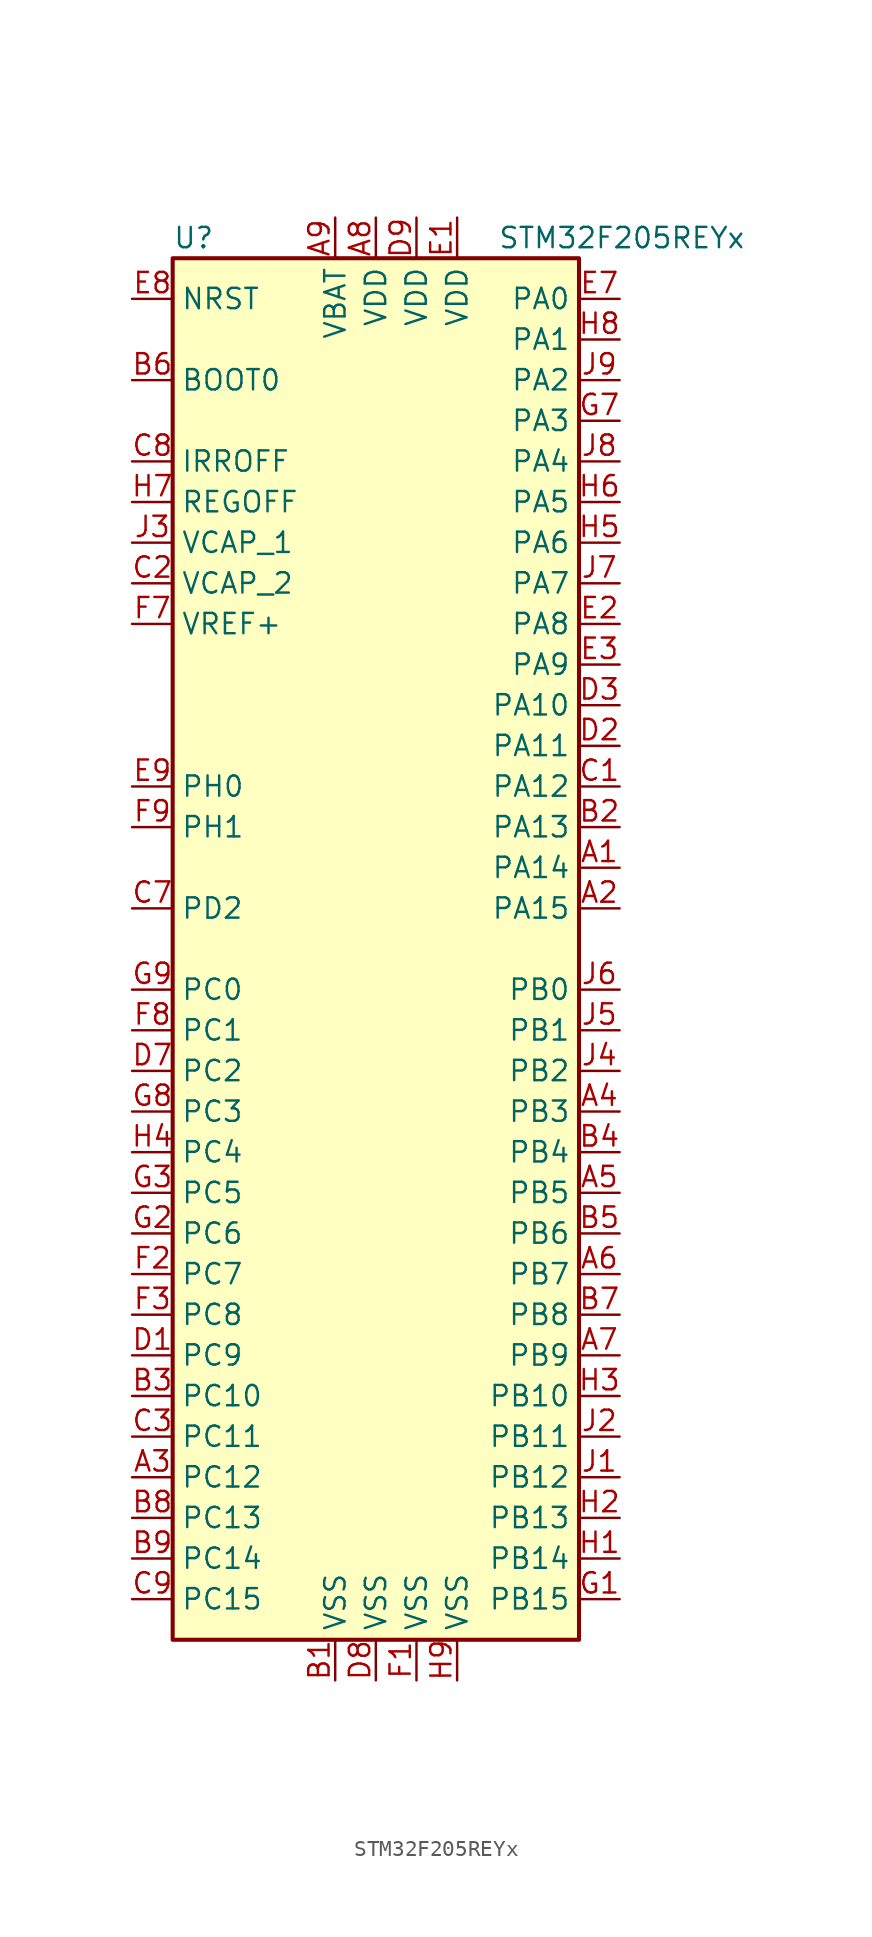
<source format=kicad_sym>
(kicad_symbol_lib
  (version 20201005)
  (generator kicad_symbol_editor)
  (symbol "STM32F205REYx"
    (property "Reference" "U"
      (at -12.7 44.45 0)
      (effects (font (size 1.27 1.27)) (justify left)))
    (property "Value" "STM32F205REYx"
      (at 7.62 44.45 0)
      (effects (font (size 1.27 1.27)) (justify left)))
    (symbol "STM32F205REYx_0_1"
      (rectangle (start -12.7 -43.18) (end 12.7 43.18) (stroke (width 0.254)) (fill (type background))))
    (symbol "STM32F205REYx_1_1"
      (pin bidirectional line (at 15.24 5.08 180) (length 2.54) (name "PA14" (effects (font (size 1.27 1.27)))) (number "A1" (effects (font (size 1.27 1.27)))))
      (pin bidirectional line (at 15.24 2.54 180) (length 2.54) (name "PA15" (effects (font (size 1.27 1.27)))) (number "A2" (effects (font (size 1.27 1.27)))))
      (pin bidirectional line (at -15.24 -33.02 0) (length 2.54) (name "PC12" (effects (font (size 1.27 1.27)))) (number "A3" (effects (font (size 1.27 1.27)))))
      (pin bidirectional line (at 15.24 -10.16 180) (length 2.54) (name "PB3" (effects (font (size 1.27 1.27)))) (number "A4" (effects (font (size 1.27 1.27)))))
      (pin bidirectional line (at 15.24 -15.24 180) (length 2.54) (name "PB5" (effects (font (size 1.27 1.27)))) (number "A5" (effects (font (size 1.27 1.27)))))
      (pin bidirectional line (at 15.24 -20.32 180) (length 2.54) (name "PB7" (effects (font (size 1.27 1.27)))) (number "A6" (effects (font (size 1.27 1.27)))))
      (pin bidirectional line (at 15.24 -25.4 180) (length 2.54) (name "PB9" (effects (font (size 1.27 1.27)))) (number "A7" (effects (font (size 1.27 1.27)))))
      (pin power_in line (at 0 45.72 270) (length 2.54) (name "VDD" (effects (font (size 1.27 1.27)))) (number "A8" (effects (font (size 1.27 1.27)))))
      (pin power_in line (at -2.54 45.72 270) (length 2.54) (name "VBAT" (effects (font (size 1.27 1.27)))) (number "A9" (effects (font (size 1.27 1.27)))))
      (pin power_in line (at -2.54 -45.72 90) (length 2.54) (name "VSS" (effects (font (size 1.27 1.27)))) (number "B1" (effects (font (size 1.27 1.27)))))
      (pin bidirectional line (at 15.24 7.62 180) (length 2.54) (name "PA13" (effects (font (size 1.27 1.27)))) (number "B2" (effects (font (size 1.27 1.27)))))
      (pin bidirectional line (at -15.24 -27.94 0) (length 2.54) (name "PC10" (effects (font (size 1.27 1.27)))) (number "B3" (effects (font (size 1.27 1.27)))))
      (pin bidirectional line (at 15.24 -12.7 180) (length 2.54) (name "PB4" (effects (font (size 1.27 1.27)))) (number "B4" (effects (font (size 1.27 1.27)))))
      (pin bidirectional line (at 15.24 -17.78 180) (length 2.54) (name "PB6" (effects (font (size 1.27 1.27)))) (number "B5" (effects (font (size 1.27 1.27)))))
      (pin input line (at -15.24 35.56 0) (length 2.54) (name "BOOT0" (effects (font (size 1.27 1.27)))) (number "B6" (effects (font (size 1.27 1.27)))))
      (pin bidirectional line (at 15.24 -22.86 180) (length 2.54) (name "PB8" (effects (font (size 1.27 1.27)))) (number "B7" (effects (font (size 1.27 1.27)))))
      (pin bidirectional line (at -15.24 -35.56 0) (length 2.54) (name "PC13" (effects (font (size 1.27 1.27)))) (number "B8" (effects (font (size 1.27 1.27)))))
      (pin bidirectional line (at -15.24 -38.1 0) (length 2.54) (name "PC14" (effects (font (size 1.27 1.27)))) (number "B9" (effects (font (size 1.27 1.27)))))
      (pin bidirectional line (at 15.24 10.16 180) (length 2.54) (name "PA12" (effects (font (size 1.27 1.27)))) (number "C1" (effects (font (size 1.27 1.27)))))
      (pin power_in line (at -15.24 22.86 0) (length 2.54) (name "VCAP_2" (effects (font (size 1.27 1.27)))) (number "C2" (effects (font (size 1.27 1.27)))))
      (pin bidirectional line (at -15.24 -30.48 0) (length 2.54) (name "PC11" (effects (font (size 1.27 1.27)))) (number "C3" (effects (font (size 1.27 1.27)))))
      (pin bidirectional line (at -15.24 2.54 0) (length 2.54) (name "PD2" (effects (font (size 1.27 1.27)))) (number "C7" (effects (font (size 1.27 1.27)))))
      (pin power_in line (at -15.24 30.48 0) (length 2.54) (name "IRROFF" (effects (font (size 1.27 1.27)))) (number "C8" (effects (font (size 1.27 1.27)))))
      (pin bidirectional line (at -15.24 -40.64 0) (length 2.54) (name "PC15" (effects (font (size 1.27 1.27)))) (number "C9" (effects (font (size 1.27 1.27)))))
      (pin bidirectional line (at -15.24 -25.4 0) (length 2.54) (name "PC9" (effects (font (size 1.27 1.27)))) (number "D1" (effects (font (size 1.27 1.27)))))
      (pin bidirectional line (at 15.24 12.7 180) (length 2.54) (name "PA11" (effects (font (size 1.27 1.27)))) (number "D2" (effects (font (size 1.27 1.27)))))
      (pin bidirectional line (at 15.24 15.24 180) (length 2.54) (name "PA10" (effects (font (size 1.27 1.27)))) (number "D3" (effects (font (size 1.27 1.27)))))
      (pin bidirectional line (at -15.24 -7.62 0) (length 2.54) (name "PC2" (effects (font (size 1.27 1.27)))) (number "D7" (effects (font (size 1.27 1.27)))))
      (pin power_in line (at 0 -45.72 90) (length 2.54) (name "VSS" (effects (font (size 1.27 1.27)))) (number "D8" (effects (font (size 1.27 1.27)))))
      (pin power_in line (at 2.54 45.72 270) (length 2.54) (name "VDD" (effects (font (size 1.27 1.27)))) (number "D9" (effects (font (size 1.27 1.27)))))
      (pin power_in line (at 5.08 45.72 270) (length 2.54) (name "VDD" (effects (font (size 1.27 1.27)))) (number "E1" (effects (font (size 1.27 1.27)))))
      (pin bidirectional line (at 15.24 20.32 180) (length 2.54) (name "PA8" (effects (font (size 1.27 1.27)))) (number "E2" (effects (font (size 1.27 1.27)))))
      (pin bidirectional line (at 15.24 17.78 180) (length 2.54) (name "PA9" (effects (font (size 1.27 1.27)))) (number "E3" (effects (font (size 1.27 1.27)))))
      (pin bidirectional line (at 15.24 40.64 180) (length 2.54) (name "PA0" (effects (font (size 1.27 1.27)))) (number "E7" (effects (font (size 1.27 1.27)))))
      (pin input line (at -15.24 40.64 0) (length 2.54) (name "NRST" (effects (font (size 1.27 1.27)))) (number "E8" (effects (font (size 1.27 1.27)))))
      (pin input line (at -15.24 10.16 0) (length 2.54) (name "PH0" (effects (font (size 1.27 1.27)))) (number "E9" (effects (font (size 1.27 1.27)))))
      (pin power_in line (at 2.54 -45.72 90) (length 2.54) (name "VSS" (effects (font (size 1.27 1.27)))) (number "F1" (effects (font (size 1.27 1.27)))))
      (pin bidirectional line (at -15.24 -20.32 0) (length 2.54) (name "PC7" (effects (font (size 1.27 1.27)))) (number "F2" (effects (font (size 1.27 1.27)))))
      (pin bidirectional line (at -15.24 -22.86 0) (length 2.54) (name "PC8" (effects (font (size 1.27 1.27)))) (number "F3" (effects (font (size 1.27 1.27)))))
      (pin power_in line (at -15.24 20.32 0) (length 2.54) (name "VREF+" (effects (font (size 1.27 1.27)))) (number "F7" (effects (font (size 1.27 1.27)))))
      (pin bidirectional line (at -15.24 -5.08 0) (length 2.54) (name "PC1" (effects (font (size 1.27 1.27)))) (number "F8" (effects (font (size 1.27 1.27)))))
      (pin input line (at -15.24 7.62 0) (length 2.54) (name "PH1" (effects (font (size 1.27 1.27)))) (number "F9" (effects (font (size 1.27 1.27)))))
      (pin bidirectional line (at 15.24 -40.64 180) (length 2.54) (name "PB15" (effects (font (size 1.27 1.27)))) (number "G1" (effects (font (size 1.27 1.27)))))
      (pin bidirectional line (at -15.24 -17.78 0) (length 2.54) (name "PC6" (effects (font (size 1.27 1.27)))) (number "G2" (effects (font (size 1.27 1.27)))))
      (pin bidirectional line (at -15.24 -15.24 0) (length 2.54) (name "PC5" (effects (font (size 1.27 1.27)))) (number "G3" (effects (font (size 1.27 1.27)))))
      (pin bidirectional line (at 15.24 33.02 180) (length 2.54) (name "PA3" (effects (font (size 1.27 1.27)))) (number "G7" (effects (font (size 1.27 1.27)))))
      (pin bidirectional line (at -15.24 -10.16 0) (length 2.54) (name "PC3" (effects (font (size 1.27 1.27)))) (number "G8" (effects (font (size 1.27 1.27)))))
      (pin bidirectional line (at -15.24 -2.54 0) (length 2.54) (name "PC0" (effects (font (size 1.27 1.27)))) (number "G9" (effects (font (size 1.27 1.27)))))
      (pin bidirectional line (at 15.24 -38.1 180) (length 2.54) (name "PB14" (effects (font (size 1.27 1.27)))) (number "H1" (effects (font (size 1.27 1.27)))))
      (pin bidirectional line (at 15.24 -35.56 180) (length 2.54) (name "PB13" (effects (font (size 1.27 1.27)))) (number "H2" (effects (font (size 1.27 1.27)))))
      (pin bidirectional line (at 15.24 -27.94 180) (length 2.54) (name "PB10" (effects (font (size 1.27 1.27)))) (number "H3" (effects (font (size 1.27 1.27)))))
      (pin bidirectional line (at -15.24 -12.7 0) (length 2.54) (name "PC4" (effects (font (size 1.27 1.27)))) (number "H4" (effects (font (size 1.27 1.27)))))
      (pin bidirectional line (at 15.24 25.4 180) (length 2.54) (name "PA6" (effects (font (size 1.27 1.27)))) (number "H5" (effects (font (size 1.27 1.27)))))
      (pin bidirectional line (at 15.24 27.94 180) (length 2.54) (name "PA5" (effects (font (size 1.27 1.27)))) (number "H6" (effects (font (size 1.27 1.27)))))
      (pin power_in line (at -15.24 27.94 0) (length 2.54) (name "REGOFF" (effects (font (size 1.27 1.27)))) (number "H7" (effects (font (size 1.27 1.27)))))
      (pin bidirectional line (at 15.24 38.1 180) (length 2.54) (name "PA1" (effects (font (size 1.27 1.27)))) (number "H8" (effects (font (size 1.27 1.27)))))
      (pin power_in line (at 5.08 -45.72 90) (length 2.54) (name "VSS" (effects (font (size 1.27 1.27)))) (number "H9" (effects (font (size 1.27 1.27)))))
      (pin bidirectional line (at 15.24 -33.02 180) (length 2.54) (name "PB12" (effects (font (size 1.27 1.27)))) (number "J1" (effects (font (size 1.27 1.27)))))
      (pin bidirectional line (at 15.24 -30.48 180) (length 2.54) (name "PB11" (effects (font (size 1.27 1.27)))) (number "J2" (effects (font (size 1.27 1.27)))))
      (pin power_in line (at -15.24 25.4 0) (length 2.54) (name "VCAP_1" (effects (font (size 1.27 1.27)))) (number "J3" (effects (font (size 1.27 1.27)))))
      (pin bidirectional line (at 15.24 -7.62 180) (length 2.54) (name "PB2" (effects (font (size 1.27 1.27)))) (number "J4" (effects (font (size 1.27 1.27)))))
      (pin bidirectional line (at 15.24 -5.08 180) (length 2.54) (name "PB1" (effects (font (size 1.27 1.27)))) (number "J5" (effects (font (size 1.27 1.27)))))
      (pin bidirectional line (at 15.24 -2.54 180) (length 2.54) (name "PB0" (effects (font (size 1.27 1.27)))) (number "J6" (effects (font (size 1.27 1.27)))))
      (pin bidirectional line (at 15.24 22.86 180) (length 2.54) (name "PA7" (effects (font (size 1.27 1.27)))) (number "J7" (effects (font (size 1.27 1.27)))))
      (pin bidirectional line (at 15.24 30.48 180) (length 2.54) (name "PA4" (effects (font (size 1.27 1.27)))) (number "J8" (effects (font (size 1.27 1.27)))))
      (pin bidirectional line (at 15.24 35.56 180) (length 2.54) (name "PA2" (effects (font (size 1.27 1.27)))) (number "J9" (effects (font (size 1.27 1.27))))))))
</source>
